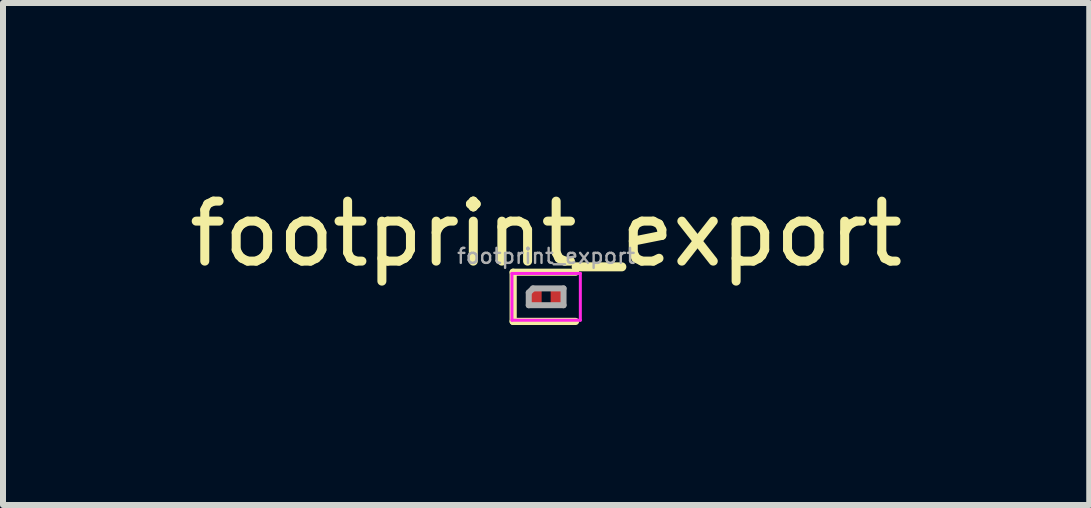
<source format=kicad_pcb>
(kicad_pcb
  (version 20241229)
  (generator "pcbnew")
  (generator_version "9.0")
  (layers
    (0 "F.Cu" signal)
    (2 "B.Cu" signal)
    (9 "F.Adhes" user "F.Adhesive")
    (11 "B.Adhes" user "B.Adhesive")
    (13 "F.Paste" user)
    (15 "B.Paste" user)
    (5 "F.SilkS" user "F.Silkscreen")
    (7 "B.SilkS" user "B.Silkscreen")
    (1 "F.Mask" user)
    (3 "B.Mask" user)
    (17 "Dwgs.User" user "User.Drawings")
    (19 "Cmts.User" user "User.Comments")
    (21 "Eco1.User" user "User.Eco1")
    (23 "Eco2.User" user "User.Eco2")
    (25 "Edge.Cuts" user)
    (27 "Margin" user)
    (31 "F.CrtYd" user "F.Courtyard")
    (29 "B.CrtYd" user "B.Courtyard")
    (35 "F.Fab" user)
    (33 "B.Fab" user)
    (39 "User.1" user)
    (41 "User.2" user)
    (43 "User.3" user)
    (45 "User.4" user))
  (footprint "footprint_export"
    (layer "F.Cu")
    (at 6.054 1.898)
    (property "Reference" "footprint_export" (at 0 -1.05 0) (layer "F.SilkS") (effects (font (size 1 1) (thickness 0.15))))
    (attr smd)
    (fp_line (start -0.55 0.41) (end -0.55 -0.41) (stroke (width 0.12) (type default)) (layer "F.SilkS"))
    (fp_line (start 0.49 -0.41) (end -0.55 -0.41) (stroke (width 0.12) (type default)) (layer "F.SilkS"))
    (fp_line (start 0.49 0.41) (end -0.55 0.41) (stroke (width 0.12) (type default)) (layer "F.SilkS"))
    (fp_line (start -0.57 -0.39) (end -0.57 0.39) (stroke (width 0.05) (type solid)) (layer "F.CrtYd"))
    (fp_line (start -0.57 0.39) (end 0.57 0.39) (stroke (width 0.05) (type solid)) (layer "F.CrtYd"))
    (fp_line (start 0.57 -0.39) (end -0.57 -0.39) (stroke (width 0.05) (type solid)) (layer "F.CrtYd"))
    (fp_line (start 0.57 0.39) (end 0.57 -0.39) (stroke (width 0.05) (type solid)) (layer "F.CrtYd"))
    (fp_line (start -0.29 -0.07) (end -0.22 -0.14) (stroke (width 0.1) (type solid)) (layer "F.Fab"))
    (fp_line (start -0.29 0.14) (end -0.29 -0.07) (stroke (width 0.1) (type solid)) (layer "F.Fab"))
    (fp_line (start -0.22 -0.14) (end 0.29 -0.14) (stroke (width 0.1) (type solid)) (layer "F.Fab"))
    (fp_line (start 0.29 -0.14) (end 0.29 0.14) (stroke (width 0.1) (type solid)) (layer "F.Fab"))
    (fp_line (start 0.29 0.14) (end -0.29 0.14) (stroke (width 0.1) (type solid)) (layer "F.Fab"))
    (fp_text user "${REFERENCE}" (at 0 -0.68 0) (layer "F.Fab") (effects (font (size 0.25 0.25) (thickness 0.04))))
    (pad "" smd roundrect (at -0.185 0) (size 0.21 0.29) (layers "F.Paste") (roundrect_rratio 0.476))
    (pad "" smd roundrect (at 0.185 0) (size 0.21 0.29) (layers "F.Paste") (roundrect_rratio 0.476))
    (pad "1" smd roundrect (at -0.185 0) (size 0.22 0.3) (layers "F.Cu" "F.Mask") (roundrect_rratio 0.25))
    (pad "2" smd roundrect (at 0.185 0) (size 0.22 0.3) (layers "F.Cu" "F.Mask") (roundrect_rratio 0.25)))
  (gr_rect
    (start -3 -3)
    (end 15.107 5.368)
    (stroke (width 0.1) (type default))
    (fill no)
    (layer "Edge.Cuts")))
</source>
